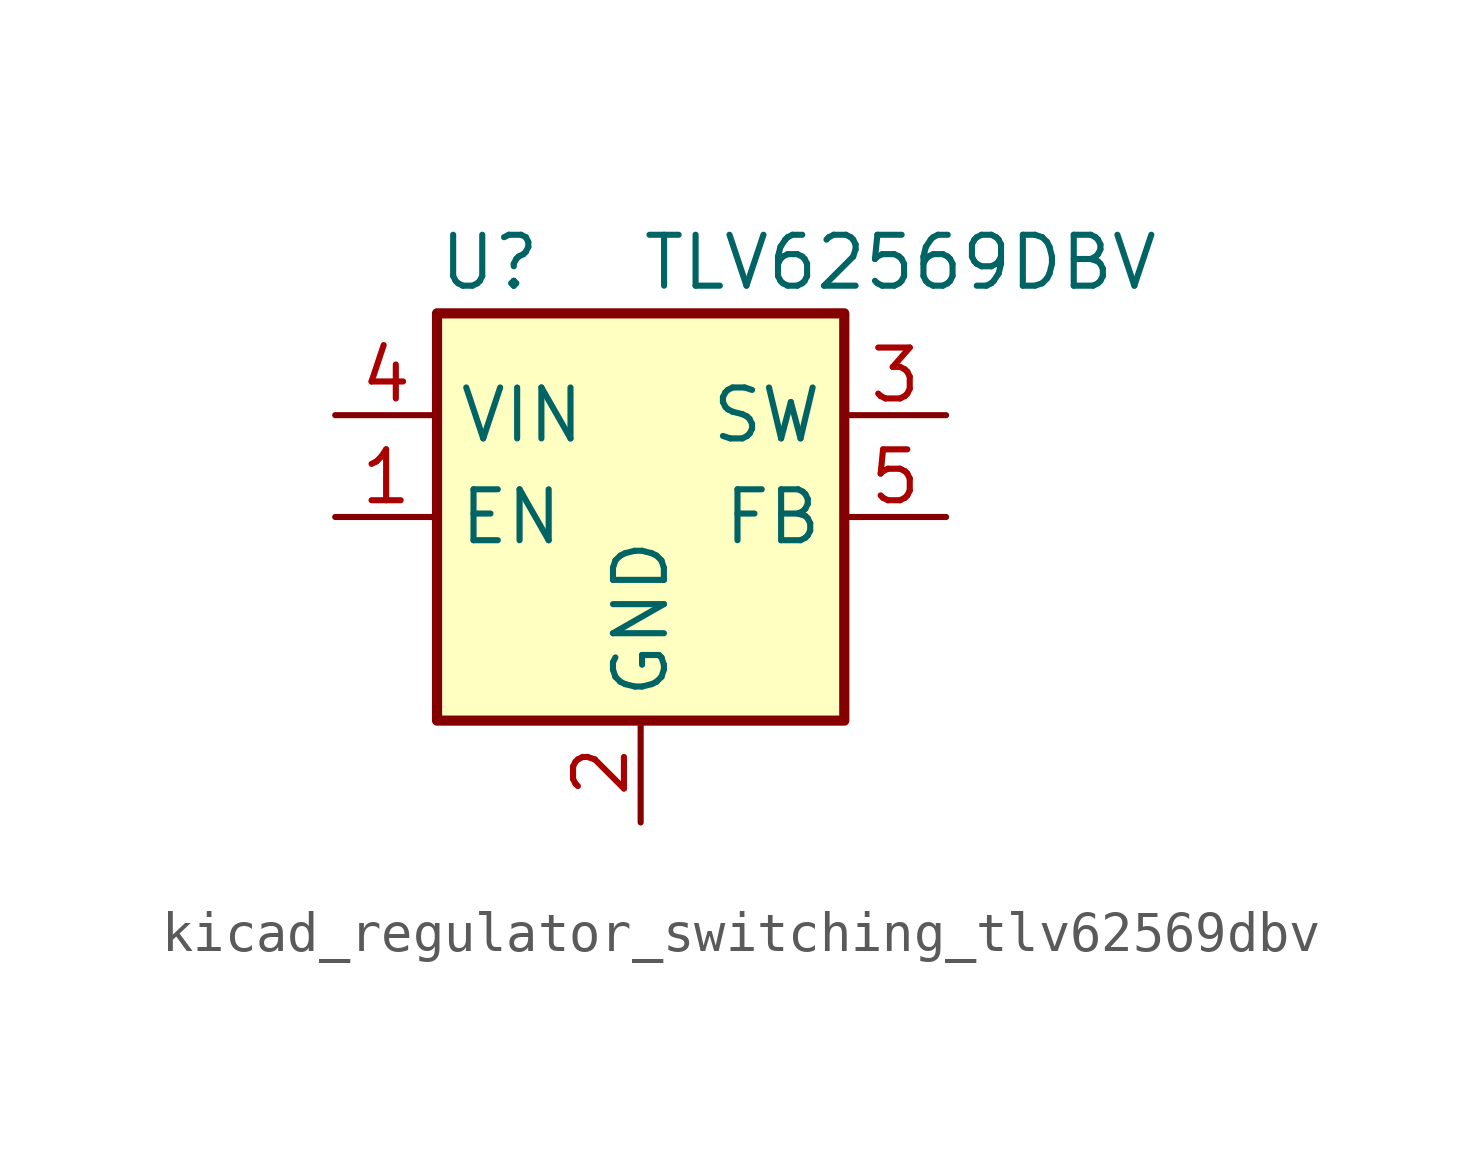
<source format=kicad_sym>
(kicad_symbol_lib
  (version 20220914)
  (generator kicad_symbol_editor)
  (symbol "kicad_regulator_switching_tlv62569dbv"
    (property "Reference" "U"
      (at -5.08 6.35 0)
      (effects (font (size 1.27 1.27)) (justify left)))
    (property "Value" "TLV62569DBV"
      (at 0 6.35 0)
      (effects (font (size 1.27 1.27)) (justify left)))
    (symbol "kicad_regulator_switching_tlv62569dbv_0_1"
      (rectangle (start -5.08 5.08) (end 5.08 -5.08) (stroke (width 0.254) (type default)) (fill (type background))))
    (symbol "kicad_regulator_switching_tlv62569dbv_1_1"
      (pin input line (at -7.62 0 0) (length 2.54) (name "EN" (effects (font (size 1.27 1.27)))) (number "1" (effects (font (size 1.27 1.27)))))
      (pin power_in line (at 0 -7.62 90) (length 2.54) (name "GND" (effects (font (size 1.27 1.27)))) (number "2" (effects (font (size 1.27 1.27)))))
      (pin power_out line (at 7.62 2.54 180) (length 2.54) (name "SW" (effects (font (size 1.27 1.27)))) (number "3" (effects (font (size 1.27 1.27)))))
      (pin power_in line (at -7.62 2.54 0) (length 2.54) (name "VIN" (effects (font (size 1.27 1.27)))) (number "4" (effects (font (size 1.27 1.27)))))
      (pin input line (at 7.62 0 180) (length 2.54) (name "FB" (effects (font (size 1.27 1.27)))) (number "5" (effects (font (size 1.27 1.27))))))))
</source>
